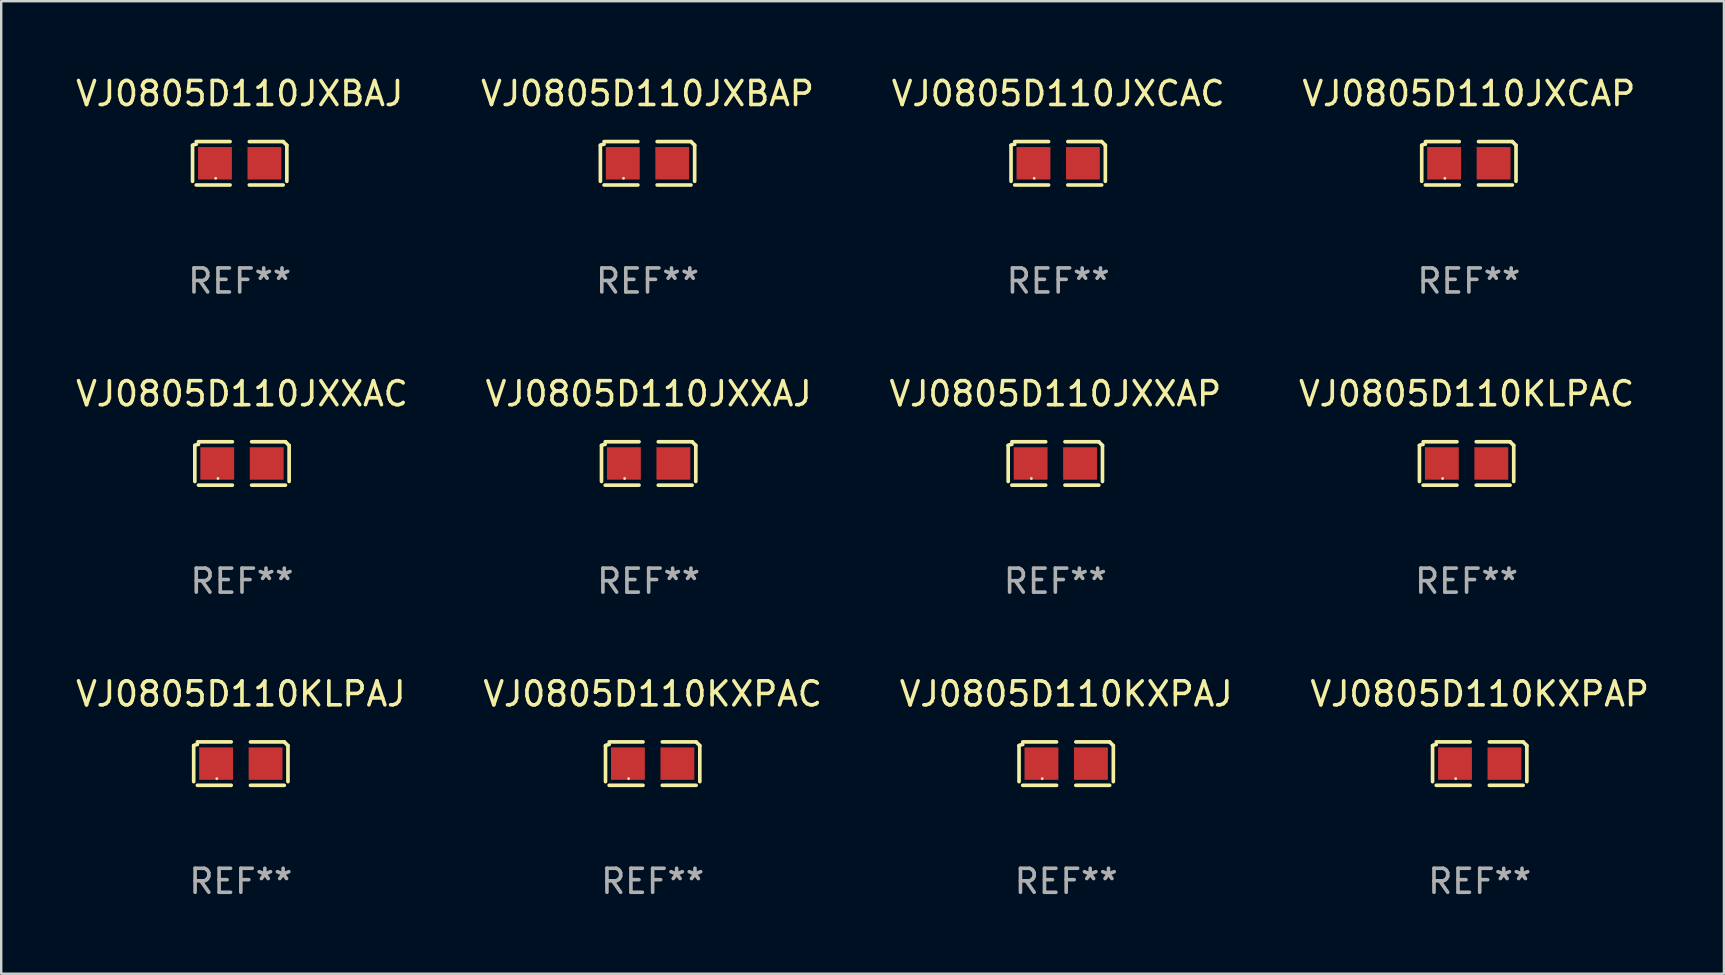
<source format=kicad_pcb>
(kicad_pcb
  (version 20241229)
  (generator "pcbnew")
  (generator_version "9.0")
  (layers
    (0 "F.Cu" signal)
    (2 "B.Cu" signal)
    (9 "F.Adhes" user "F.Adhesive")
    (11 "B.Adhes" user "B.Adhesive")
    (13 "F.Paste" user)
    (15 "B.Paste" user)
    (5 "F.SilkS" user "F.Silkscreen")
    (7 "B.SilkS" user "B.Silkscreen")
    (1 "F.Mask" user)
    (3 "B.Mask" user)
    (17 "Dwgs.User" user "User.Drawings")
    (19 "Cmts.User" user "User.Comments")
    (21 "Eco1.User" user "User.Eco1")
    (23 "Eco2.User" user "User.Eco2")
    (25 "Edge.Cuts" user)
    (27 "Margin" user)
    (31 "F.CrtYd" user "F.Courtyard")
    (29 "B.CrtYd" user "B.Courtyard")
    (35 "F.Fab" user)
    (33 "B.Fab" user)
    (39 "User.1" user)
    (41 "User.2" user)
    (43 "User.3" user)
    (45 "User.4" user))
  (footprint "VJ0805D110KXPAP"
    (layer "F.Cu")
    (at 58.589 28.759)
    (property "Reference" "VJ0805D110KXPAP" (at 0 -2.904 0) (layer "F.SilkS") (effects (font (size 1 1) (thickness 0.15))))
    (attr through_hole)
    (fp_line (start -1.964 0.751) (end -1.964 -0.751) (stroke (width 0.152) (type solid)) (layer "F.SilkS"))
    (fp_line (start -1.811 -0.904) (end -0.401 -0.904) (stroke (width 0.152) (type solid)) (layer "F.SilkS"))
    (fp_line (start -0.401 0.904) (end -1.811 0.904) (stroke (width 0.152) (type solid)) (layer "F.SilkS"))
    (fp_line (start 0.401 0.904) (end 1.811 0.904) (stroke (width 0.152) (type solid)) (layer "F.SilkS"))
    (fp_line (start 1.811 -0.904) (end 0.401 -0.904) (stroke (width 0.152) (type solid)) (layer "F.SilkS"))
    (fp_line (start 1.964 0.751) (end 1.964 -0.751) (stroke (width 0.152) (type solid)) (layer "F.SilkS"))
    (fp_arc (start -1.963602 -0.751207) (mid -1.890354 -0.783131) (end -1.811201 -0.794044) (stroke (width 0.1524) (type solid)) (layer "F.SilkS"))
    (fp_arc (start 1.811202 -0.903607) (mid 1.887413 -0.827418) (end 1.963602 -0.751207) (stroke (width 0.1524) (type solid)) (layer "F.SilkS"))
    (fp_circle (center -1 0.625) (end -0.97 0.625) (stroke (width 0.06) (type solid)) (fill no) (layer "F.SilkS"))
    (fp_text user "REF**" (at 0 4.904 0) (layer "F.Fab") (effects (font (size 1 1) (thickness 0.15))))
    (pad "1" smd rect (at -1.03 0) (size 1.41 1.35) (layers "F.Cu" "F.Mask" "F.Paste"))
    (pad "2" smd rect (at 1.03 0) (size 1.41 1.35) (layers "F.Cu" "F.Mask" "F.Paste")))
  (footprint "VJ0805D110JXXAP"
    (layer "F.Cu")
    (at 40.911 16.256)
    (property "Reference" "VJ0805D110JXXAP" (at 0 -2.904 0) (layer "F.SilkS") (effects (font (size 1 1) (thickness 0.15))))
    (attr through_hole)
    (fp_line (start -1.964 0.751) (end -1.964 -0.751) (stroke (width 0.152) (type solid)) (layer "F.SilkS"))
    (fp_line (start -1.811 -0.904) (end -0.401 -0.904) (stroke (width 0.152) (type solid)) (layer "F.SilkS"))
    (fp_line (start -0.401 0.904) (end -1.811 0.904) (stroke (width 0.152) (type solid)) (layer "F.SilkS"))
    (fp_line (start 0.401 0.904) (end 1.811 0.904) (stroke (width 0.152) (type solid)) (layer "F.SilkS"))
    (fp_line (start 1.811 -0.904) (end 0.401 -0.904) (stroke (width 0.152) (type solid)) (layer "F.SilkS"))
    (fp_line (start 1.964 0.751) (end 1.964 -0.751) (stroke (width 0.152) (type solid)) (layer "F.SilkS"))
    (fp_arc (start -1.963602 -0.751207) (mid -1.890354 -0.783131) (end -1.811201 -0.794044) (stroke (width 0.1524) (type solid)) (layer "F.SilkS"))
    (fp_arc (start 1.811202 -0.903607) (mid 1.887413 -0.827418) (end 1.963602 -0.751207) (stroke (width 0.1524) (type solid)) (layer "F.SilkS"))
    (fp_circle (center -1 0.625) (end -0.97 0.625) (stroke (width 0.06) (type solid)) (fill no) (layer "F.SilkS"))
    (fp_text user "REF**" (at 0 4.904 0) (layer "F.Fab") (effects (font (size 1 1) (thickness 0.15))))
    (pad "1" smd rect (at -1.03 0) (size 1.41 1.35) (layers "F.Cu" "F.Mask" "F.Paste"))
    (pad "2" smd rect (at 1.03 0) (size 1.41 1.35) (layers "F.Cu" "F.Mask" "F.Paste")))
  (footprint "VJ0805D110KLPAC"
    (layer "F.Cu")
    (at 58.042 16.256)
    (property "Reference" "VJ0805D110KLPAC" (at 0 -2.904 0) (layer "F.SilkS") (effects (font (size 1 1) (thickness 0.15))))
    (attr through_hole)
    (fp_line (start -1.964 0.751) (end -1.964 -0.751) (stroke (width 0.152) (type solid)) (layer "F.SilkS"))
    (fp_line (start -1.811 -0.904) (end -0.401 -0.904) (stroke (width 0.152) (type solid)) (layer "F.SilkS"))
    (fp_line (start -0.401 0.904) (end -1.811 0.904) (stroke (width 0.152) (type solid)) (layer "F.SilkS"))
    (fp_line (start 0.401 0.904) (end 1.811 0.904) (stroke (width 0.152) (type solid)) (layer "F.SilkS"))
    (fp_line (start 1.811 -0.904) (end 0.401 -0.904) (stroke (width 0.152) (type solid)) (layer "F.SilkS"))
    (fp_line (start 1.964 0.751) (end 1.964 -0.751) (stroke (width 0.152) (type solid)) (layer "F.SilkS"))
    (fp_arc (start -1.963602 -0.751207) (mid -1.890354 -0.783131) (end -1.811201 -0.794044) (stroke (width 0.1524) (type solid)) (layer "F.SilkS"))
    (fp_arc (start 1.811202 -0.903607) (mid 1.887413 -0.827418) (end 1.963602 -0.751207) (stroke (width 0.1524) (type solid)) (layer "F.SilkS"))
    (fp_circle (center -1 0.625) (end -0.97 0.625) (stroke (width 0.06) (type solid)) (fill no) (layer "F.SilkS"))
    (fp_text user "REF**" (at 0 4.904 0) (layer "F.Fab") (effects (font (size 1 1) (thickness 0.15))))
    (pad "1" smd rect (at -1.03 0) (size 1.41 1.35) (layers "F.Cu" "F.Mask" "F.Paste"))
    (pad "2" smd rect (at 1.03 0) (size 1.41 1.35) (layers "F.Cu" "F.Mask" "F.Paste")))
  (footprint "VJ0805D110KLPAJ"
    (layer "F.Cu")
    (at 6.982 28.759)
    (property "Reference" "VJ0805D110KLPAJ" (at 0 -2.904 0) (layer "F.SilkS") (effects (font (size 1 1) (thickness 0.15))))
    (attr through_hole)
    (fp_line (start -1.964 0.751) (end -1.964 -0.751) (stroke (width 0.152) (type solid)) (layer "F.SilkS"))
    (fp_line (start -1.811 -0.904) (end -0.401 -0.904) (stroke (width 0.152) (type solid)) (layer "F.SilkS"))
    (fp_line (start -0.401 0.904) (end -1.811 0.904) (stroke (width 0.152) (type solid)) (layer "F.SilkS"))
    (fp_line (start 0.401 0.904) (end 1.811 0.904) (stroke (width 0.152) (type solid)) (layer "F.SilkS"))
    (fp_line (start 1.811 -0.904) (end 0.401 -0.904) (stroke (width 0.152) (type solid)) (layer "F.SilkS"))
    (fp_line (start 1.964 0.751) (end 1.964 -0.751) (stroke (width 0.152) (type solid)) (layer "F.SilkS"))
    (fp_arc (start -1.963602 -0.751207) (mid -1.890354 -0.783131) (end -1.811201 -0.794044) (stroke (width 0.1524) (type solid)) (layer "F.SilkS"))
    (fp_arc (start 1.811202 -0.903607) (mid 1.887413 -0.827418) (end 1.963602 -0.751207) (stroke (width 0.1524) (type solid)) (layer "F.SilkS"))
    (fp_circle (center -1 0.625) (end -0.97 0.625) (stroke (width 0.06) (type solid)) (fill no) (layer "F.SilkS"))
    (fp_text user "REF**" (at 0 4.904 0) (layer "F.Fab") (effects (font (size 1 1) (thickness 0.15))))
    (pad "1" smd rect (at -1.03 0) (size 1.41 1.35) (layers "F.Cu" "F.Mask" "F.Paste"))
    (pad "2" smd rect (at 1.03 0) (size 1.41 1.35) (layers "F.Cu" "F.Mask" "F.Paste")))
  (footprint "VJ0805D110JXBAJ"
    (layer "F.Cu")
    (at 6.935 3.752)
    (property "Reference" "VJ0805D110JXBAJ" (at 0 -2.904 0) (layer "F.SilkS") (effects (font (size 1 1) (thickness 0.15))))
    (attr through_hole)
    (fp_line (start -1.964 0.751) (end -1.964 -0.751) (stroke (width 0.152) (type solid)) (layer "F.SilkS"))
    (fp_line (start -1.811 -0.904) (end -0.401 -0.904) (stroke (width 0.152) (type solid)) (layer "F.SilkS"))
    (fp_line (start -0.401 0.904) (end -1.811 0.904) (stroke (width 0.152) (type solid)) (layer "F.SilkS"))
    (fp_line (start 0.401 0.904) (end 1.811 0.904) (stroke (width 0.152) (type solid)) (layer "F.SilkS"))
    (fp_line (start 1.811 -0.904) (end 0.401 -0.904) (stroke (width 0.152) (type solid)) (layer "F.SilkS"))
    (fp_line (start 1.964 0.751) (end 1.964 -0.751) (stroke (width 0.152) (type solid)) (layer "F.SilkS"))
    (fp_arc (start -1.963602 -0.751207) (mid -1.890354 -0.783131) (end -1.811201 -0.794044) (stroke (width 0.1524) (type solid)) (layer "F.SilkS"))
    (fp_arc (start 1.811202 -0.903607) (mid 1.887413 -0.827418) (end 1.963602 -0.751207) (stroke (width 0.1524) (type solid)) (layer "F.SilkS"))
    (fp_circle (center -1 0.625) (end -0.97 0.625) (stroke (width 0.06) (type solid)) (fill no) (layer "F.SilkS"))
    (fp_text user "REF**" (at 0 4.904 0) (layer "F.Fab") (effects (font (size 1 1) (thickness 0.15))))
    (pad "1" smd rect (at -1.03 0) (size 1.41 1.35) (layers "F.Cu" "F.Mask" "F.Paste"))
    (pad "2" smd rect (at 1.03 0) (size 1.41 1.35) (layers "F.Cu" "F.Mask" "F.Paste")))
  (footprint "VJ0805D110JXCAC"
    (layer "F.Cu")
    (at 41.03 3.752)
    (property "Reference" "VJ0805D110JXCAC" (at 0 -2.904 0) (layer "F.SilkS") (effects (font (size 1 1) (thickness 0.15))))
    (attr through_hole)
    (fp_line (start -1.964 0.751) (end -1.964 -0.751) (stroke (width 0.152) (type solid)) (layer "F.SilkS"))
    (fp_line (start -1.811 -0.904) (end -0.401 -0.904) (stroke (width 0.152) (type solid)) (layer "F.SilkS"))
    (fp_line (start -0.401 0.904) (end -1.811 0.904) (stroke (width 0.152) (type solid)) (layer "F.SilkS"))
    (fp_line (start 0.401 0.904) (end 1.811 0.904) (stroke (width 0.152) (type solid)) (layer "F.SilkS"))
    (fp_line (start 1.811 -0.904) (end 0.401 -0.904) (stroke (width 0.152) (type solid)) (layer "F.SilkS"))
    (fp_line (start 1.964 0.751) (end 1.964 -0.751) (stroke (width 0.152) (type solid)) (layer "F.SilkS"))
    (fp_arc (start -1.963602 -0.751207) (mid -1.890354 -0.783131) (end -1.811201 -0.794044) (stroke (width 0.1524) (type solid)) (layer "F.SilkS"))
    (fp_arc (start 1.811202 -0.903607) (mid 1.887413 -0.827418) (end 1.963602 -0.751207) (stroke (width 0.1524) (type solid)) (layer "F.SilkS"))
    (fp_circle (center -1 0.625) (end -0.97 0.625) (stroke (width 0.06) (type solid)) (fill no) (layer "F.SilkS"))
    (fp_text user "REF**" (at 0 4.904 0) (layer "F.Fab") (effects (font (size 1 1) (thickness 0.15))))
    (pad "1" smd rect (at -1.03 0) (size 1.41 1.35) (layers "F.Cu" "F.Mask" "F.Paste"))
    (pad "2" smd rect (at 1.03 0) (size 1.41 1.35) (layers "F.Cu" "F.Mask" "F.Paste")))
  (footprint "VJ0805D110JXBAP"
    (layer "F.Cu")
    (at 23.923 3.752)
    (property "Reference" "VJ0805D110JXBAP" (at 0 -2.904 0) (layer "F.SilkS") (effects (font (size 1 1) (thickness 0.15))))
    (attr through_hole)
    (fp_line (start -1.964 0.751) (end -1.964 -0.751) (stroke (width 0.152) (type solid)) (layer "F.SilkS"))
    (fp_line (start -1.811 -0.904) (end -0.401 -0.904) (stroke (width 0.152) (type solid)) (layer "F.SilkS"))
    (fp_line (start -0.401 0.904) (end -1.811 0.904) (stroke (width 0.152) (type solid)) (layer "F.SilkS"))
    (fp_line (start 0.401 0.904) (end 1.811 0.904) (stroke (width 0.152) (type solid)) (layer "F.SilkS"))
    (fp_line (start 1.811 -0.904) (end 0.401 -0.904) (stroke (width 0.152) (type solid)) (layer "F.SilkS"))
    (fp_line (start 1.964 0.751) (end 1.964 -0.751) (stroke (width 0.152) (type solid)) (layer "F.SilkS"))
    (fp_arc (start -1.963602 -0.751207) (mid -1.890354 -0.783131) (end -1.811201 -0.794044) (stroke (width 0.1524) (type solid)) (layer "F.SilkS"))
    (fp_arc (start 1.811202 -0.903607) (mid 1.887413 -0.827418) (end 1.963602 -0.751207) (stroke (width 0.1524) (type solid)) (layer "F.SilkS"))
    (fp_circle (center -1 0.625) (end -0.97 0.625) (stroke (width 0.06) (type solid)) (fill no) (layer "F.SilkS"))
    (fp_text user "REF**" (at 0 4.904 0) (layer "F.Fab") (effects (font (size 1 1) (thickness 0.15))))
    (pad "1" smd rect (at -1.03 0) (size 1.41 1.35) (layers "F.Cu" "F.Mask" "F.Paste"))
    (pad "2" smd rect (at 1.03 0) (size 1.41 1.35) (layers "F.Cu" "F.Mask" "F.Paste")))
  (footprint "VJ0805D110JXXAC"
    (layer "F.Cu")
    (at 7.03 16.256)
    (property "Reference" "VJ0805D110JXXAC" (at 0 -2.904 0) (layer "F.SilkS") (effects (font (size 1 1) (thickness 0.15))))
    (attr through_hole)
    (fp_line (start -1.964 0.751) (end -1.964 -0.751) (stroke (width 0.152) (type solid)) (layer "F.SilkS"))
    (fp_line (start -1.811 -0.904) (end -0.401 -0.904) (stroke (width 0.152) (type solid)) (layer "F.SilkS"))
    (fp_line (start -0.401 0.904) (end -1.811 0.904) (stroke (width 0.152) (type solid)) (layer "F.SilkS"))
    (fp_line (start 0.401 0.904) (end 1.811 0.904) (stroke (width 0.152) (type solid)) (layer "F.SilkS"))
    (fp_line (start 1.811 -0.904) (end 0.401 -0.904) (stroke (width 0.152) (type solid)) (layer "F.SilkS"))
    (fp_line (start 1.964 0.751) (end 1.964 -0.751) (stroke (width 0.152) (type solid)) (layer "F.SilkS"))
    (fp_arc (start -1.963602 -0.751207) (mid -1.890354 -0.783131) (end -1.811201 -0.794044) (stroke (width 0.1524) (type solid)) (layer "F.SilkS"))
    (fp_arc (start 1.811202 -0.903607) (mid 1.887413 -0.827418) (end 1.963602 -0.751207) (stroke (width 0.1524) (type solid)) (layer "F.SilkS"))
    (fp_circle (center -1 0.625) (end -0.97 0.625) (stroke (width 0.06) (type solid)) (fill no) (layer "F.SilkS"))
    (fp_text user "REF**" (at 0 4.904 0) (layer "F.Fab") (effects (font (size 1 1) (thickness 0.15))))
    (pad "1" smd rect (at -1.03 0) (size 1.41 1.35) (layers "F.Cu" "F.Mask" "F.Paste"))
    (pad "2" smd rect (at 1.03 0) (size 1.41 1.35) (layers "F.Cu" "F.Mask" "F.Paste")))
  (footprint "VJ0805D110JXCAP"
    (layer "F.Cu")
    (at 58.137 3.752)
    (property "Reference" "VJ0805D110JXCAP" (at 0 -2.904 0) (layer "F.SilkS") (effects (font (size 1 1) (thickness 0.15))))
    (attr through_hole)
    (fp_line (start -1.964 0.751) (end -1.964 -0.751) (stroke (width 0.152) (type solid)) (layer "F.SilkS"))
    (fp_line (start -1.811 -0.904) (end -0.401 -0.904) (stroke (width 0.152) (type solid)) (layer "F.SilkS"))
    (fp_line (start -0.401 0.904) (end -1.811 0.904) (stroke (width 0.152) (type solid)) (layer "F.SilkS"))
    (fp_line (start 0.401 0.904) (end 1.811 0.904) (stroke (width 0.152) (type solid)) (layer "F.SilkS"))
    (fp_line (start 1.811 -0.904) (end 0.401 -0.904) (stroke (width 0.152) (type solid)) (layer "F.SilkS"))
    (fp_line (start 1.964 0.751) (end 1.964 -0.751) (stroke (width 0.152) (type solid)) (layer "F.SilkS"))
    (fp_arc (start -1.963602 -0.751207) (mid -1.890354 -0.783131) (end -1.811201 -0.794044) (stroke (width 0.1524) (type solid)) (layer "F.SilkS"))
    (fp_arc (start 1.811202 -0.903607) (mid 1.887413 -0.827418) (end 1.963602 -0.751207) (stroke (width 0.1524) (type solid)) (layer "F.SilkS"))
    (fp_circle (center -1 0.625) (end -0.97 0.625) (stroke (width 0.06) (type solid)) (fill no) (layer "F.SilkS"))
    (fp_text user "REF**" (at 0 4.904 0) (layer "F.Fab") (effects (font (size 1 1) (thickness 0.15))))
    (pad "1" smd rect (at -1.03 0) (size 1.41 1.35) (layers "F.Cu" "F.Mask" "F.Paste"))
    (pad "2" smd rect (at 1.03 0) (size 1.41 1.35) (layers "F.Cu" "F.Mask" "F.Paste")))
  (footprint "VJ0805D110KXPAC"
    (layer "F.Cu")
    (at 24.137 28.759)
    (property "Reference" "VJ0805D110KXPAC" (at 0 -2.904 0) (layer "F.SilkS") (effects (font (size 1 1) (thickness 0.15))))
    (attr through_hole)
    (fp_line (start -1.964 0.751) (end -1.964 -0.751) (stroke (width 0.152) (type solid)) (layer "F.SilkS"))
    (fp_line (start -1.811 -0.904) (end -0.401 -0.904) (stroke (width 0.152) (type solid)) (layer "F.SilkS"))
    (fp_line (start -0.401 0.904) (end -1.811 0.904) (stroke (width 0.152) (type solid)) (layer "F.SilkS"))
    (fp_line (start 0.401 0.904) (end 1.811 0.904) (stroke (width 0.152) (type solid)) (layer "F.SilkS"))
    (fp_line (start 1.811 -0.904) (end 0.401 -0.904) (stroke (width 0.152) (type solid)) (layer "F.SilkS"))
    (fp_line (start 1.964 0.751) (end 1.964 -0.751) (stroke (width 0.152) (type solid)) (layer "F.SilkS"))
    (fp_arc (start -1.963602 -0.751207) (mid -1.890354 -0.783131) (end -1.811201 -0.794044) (stroke (width 0.1524) (type solid)) (layer "F.SilkS"))
    (fp_arc (start 1.811202 -0.903607) (mid 1.887413 -0.827418) (end 1.963602 -0.751207) (stroke (width 0.1524) (type solid)) (layer "F.SilkS"))
    (fp_circle (center -1 0.625) (end -0.97 0.625) (stroke (width 0.06) (type solid)) (fill no) (layer "F.SilkS"))
    (fp_text user "REF**" (at 0 4.904 0) (layer "F.Fab") (effects (font (size 1 1) (thickness 0.15))))
    (pad "1" smd rect (at -1.03 0) (size 1.41 1.35) (layers "F.Cu" "F.Mask" "F.Paste"))
    (pad "2" smd rect (at 1.03 0) (size 1.41 1.35) (layers "F.Cu" "F.Mask" "F.Paste")))
  (footprint "VJ0805D110JXXAJ"
    (layer "F.Cu")
    (at 23.97 16.256)
    (property "Reference" "VJ0805D110JXXAJ" (at 0 -2.904 0) (layer "F.SilkS") (effects (font (size 1 1) (thickness 0.15))))
    (attr through_hole)
    (fp_line (start -1.964 0.751) (end -1.964 -0.751) (stroke (width 0.152) (type solid)) (layer "F.SilkS"))
    (fp_line (start -1.811 -0.904) (end -0.401 -0.904) (stroke (width 0.152) (type solid)) (layer "F.SilkS"))
    (fp_line (start -0.401 0.904) (end -1.811 0.904) (stroke (width 0.152) (type solid)) (layer "F.SilkS"))
    (fp_line (start 0.401 0.904) (end 1.811 0.904) (stroke (width 0.152) (type solid)) (layer "F.SilkS"))
    (fp_line (start 1.811 -0.904) (end 0.401 -0.904) (stroke (width 0.152) (type solid)) (layer "F.SilkS"))
    (fp_line (start 1.964 0.751) (end 1.964 -0.751) (stroke (width 0.152) (type solid)) (layer "F.SilkS"))
    (fp_arc (start -1.963602 -0.751207) (mid -1.890354 -0.783131) (end -1.811201 -0.794044) (stroke (width 0.1524) (type solid)) (layer "F.SilkS"))
    (fp_arc (start 1.811202 -0.903607) (mid 1.887413 -0.827418) (end 1.963602 -0.751207) (stroke (width 0.1524) (type solid)) (layer "F.SilkS"))
    (fp_circle (center -1 0.625) (end -0.97 0.625) (stroke (width 0.06) (type solid)) (fill no) (layer "F.SilkS"))
    (fp_text user "REF**" (at 0 4.904 0) (layer "F.Fab") (effects (font (size 1 1) (thickness 0.15))))
    (pad "1" smd rect (at -1.03 0) (size 1.41 1.35) (layers "F.Cu" "F.Mask" "F.Paste"))
    (pad "2" smd rect (at 1.03 0) (size 1.41 1.35) (layers "F.Cu" "F.Mask" "F.Paste")))
  (footprint "VJ0805D110KXPAJ"
    (layer "F.Cu")
    (at 41.363 28.759)
    (property "Reference" "VJ0805D110KXPAJ" (at 0 -2.904 0) (layer "F.SilkS") (effects (font (size 1 1) (thickness 0.15))))
    (attr through_hole)
    (fp_line (start -1.964 0.751) (end -1.964 -0.751) (stroke (width 0.152) (type solid)) (layer "F.SilkS"))
    (fp_line (start -1.811 -0.904) (end -0.401 -0.904) (stroke (width 0.152) (type solid)) (layer "F.SilkS"))
    (fp_line (start -0.401 0.904) (end -1.811 0.904) (stroke (width 0.152) (type solid)) (layer "F.SilkS"))
    (fp_line (start 0.401 0.904) (end 1.811 0.904) (stroke (width 0.152) (type solid)) (layer "F.SilkS"))
    (fp_line (start 1.811 -0.904) (end 0.401 -0.904) (stroke (width 0.152) (type solid)) (layer "F.SilkS"))
    (fp_line (start 1.964 0.751) (end 1.964 -0.751) (stroke (width 0.152) (type solid)) (layer "F.SilkS"))
    (fp_arc (start -1.963602 -0.751207) (mid -1.890354 -0.783131) (end -1.811201 -0.794044) (stroke (width 0.1524) (type solid)) (layer "F.SilkS"))
    (fp_arc (start 1.811202 -0.903607) (mid 1.887413 -0.827418) (end 1.963602 -0.751207) (stroke (width 0.1524) (type solid)) (layer "F.SilkS"))
    (fp_circle (center -1 0.625) (end -0.97 0.625) (stroke (width 0.06) (type solid)) (fill no) (layer "F.SilkS"))
    (fp_text user "REF**" (at 0 4.904 0) (layer "F.Fab") (effects (font (size 1 1) (thickness 0.15))))
    (pad "1" smd rect (at -1.03 0) (size 1.41 1.35) (layers "F.Cu" "F.Mask" "F.Paste"))
    (pad "2" smd rect (at 1.03 0) (size 1.41 1.35) (layers "F.Cu" "F.Mask" "F.Paste")))
  (gr_rect
    (start -3 -3)
    (end 68.762 37.511)
    (stroke (width 0.1) (type default))
    (fill no)
    (layer "Edge.Cuts")))
</source>
